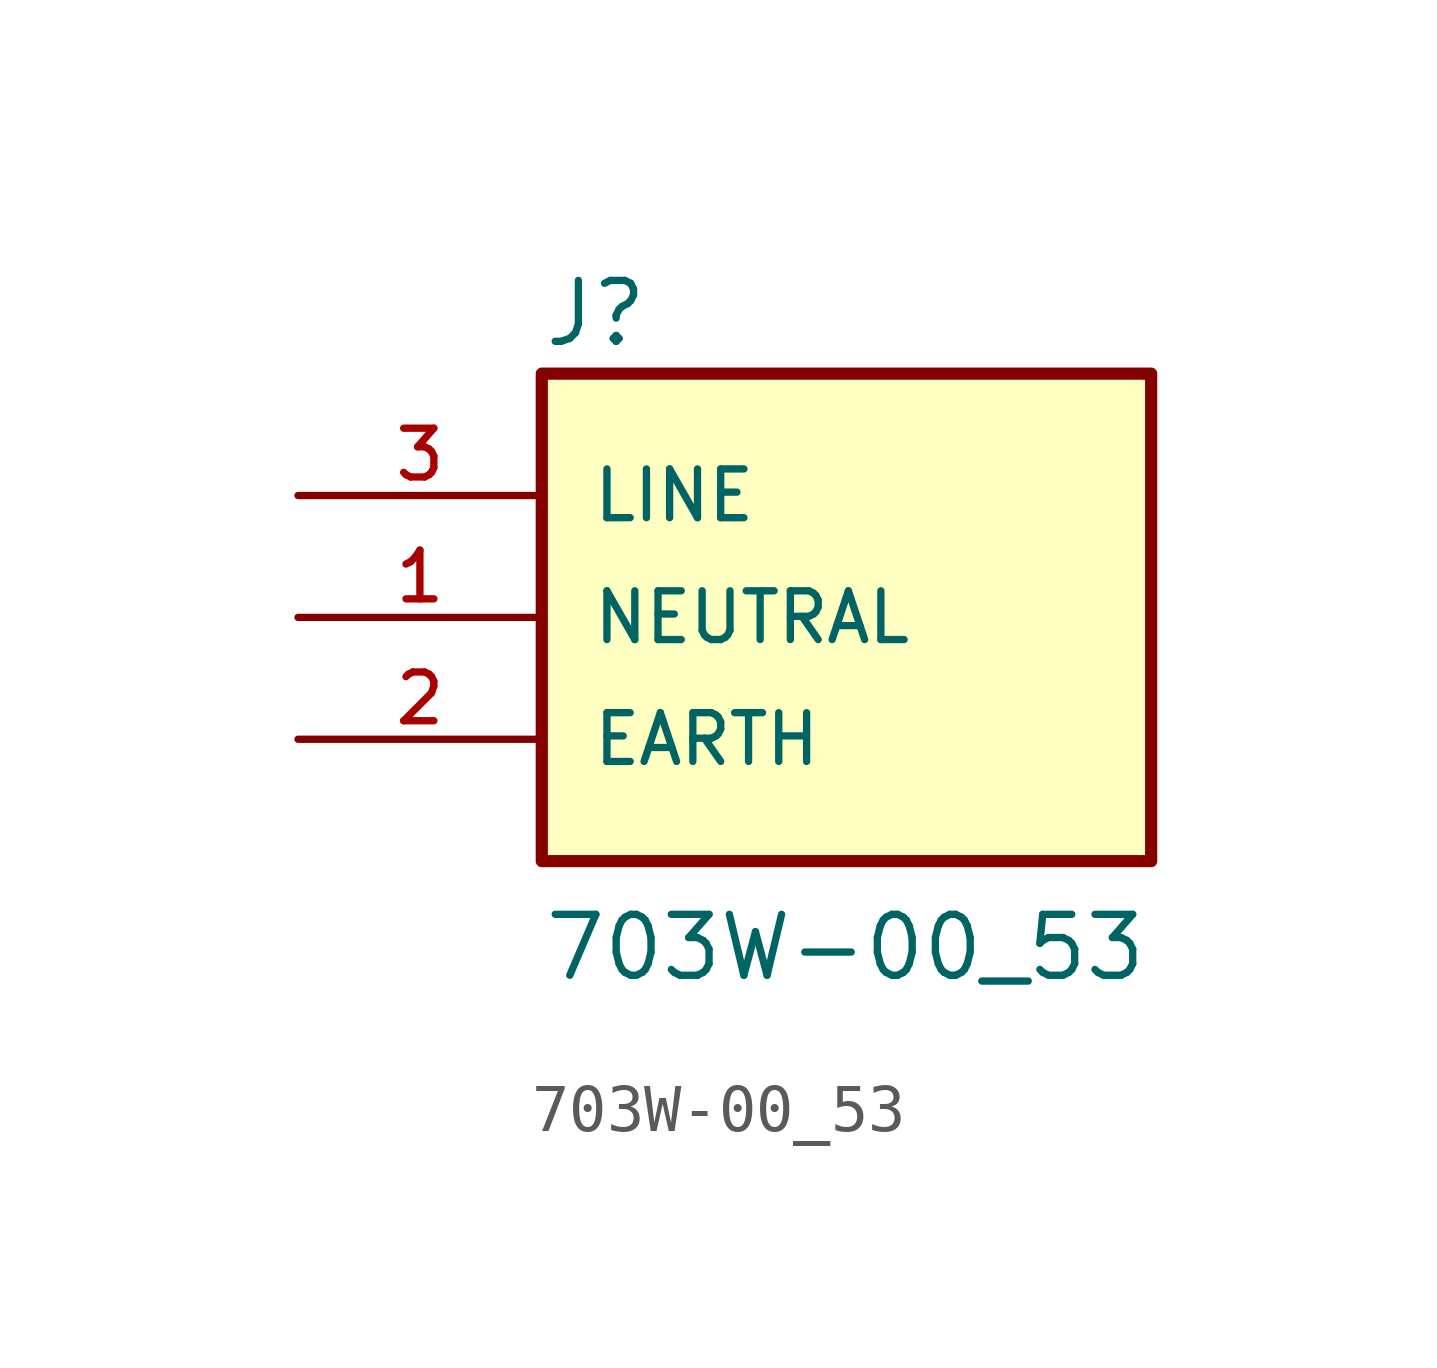
<source format=kicad_sym>
(kicad_symbol_lib
  (version 20211014)
  (generator kicad_symbol_editor)
  (symbol "703W-00_53"
    (pin_names
      (offset 1.016))
    (property "Reference" "J"
      (at -5.082 5.59 0)
      (effects (font (size 1.27 1.27)) (justify bottom left)))
    (property "Value" "703W-00_53"
      (at -5.081 -7.622 0)
      (effects (font (size 1.27 1.27)) (justify bottom left)))
    (symbol "703W-00_53_0_0"
      (rectangle (start -5.08 -5.08) (end 7.62 5.08) (stroke (width 0.254)) (fill (type background)))
      (pin power_in line (at -10.16 2.54 0) (length 5.08) (name "LINE" (effects (font (size 1.016 1.016)))) (number "3" (effects (font (size 1.016 1.016)))))
      (pin power_in line (at -10.16 0.0 0) (length 5.08) (name "NEUTRAL" (effects (font (size 1.016 1.016)))) (number "1" (effects (font (size 1.016 1.016)))))
      (pin power_in line (at -10.16 -2.54 0) (length 5.08) (name "EARTH" (effects (font (size 1.016 1.016)))) (number "2" (effects (font (size 1.016 1.016))))))))
</source>
